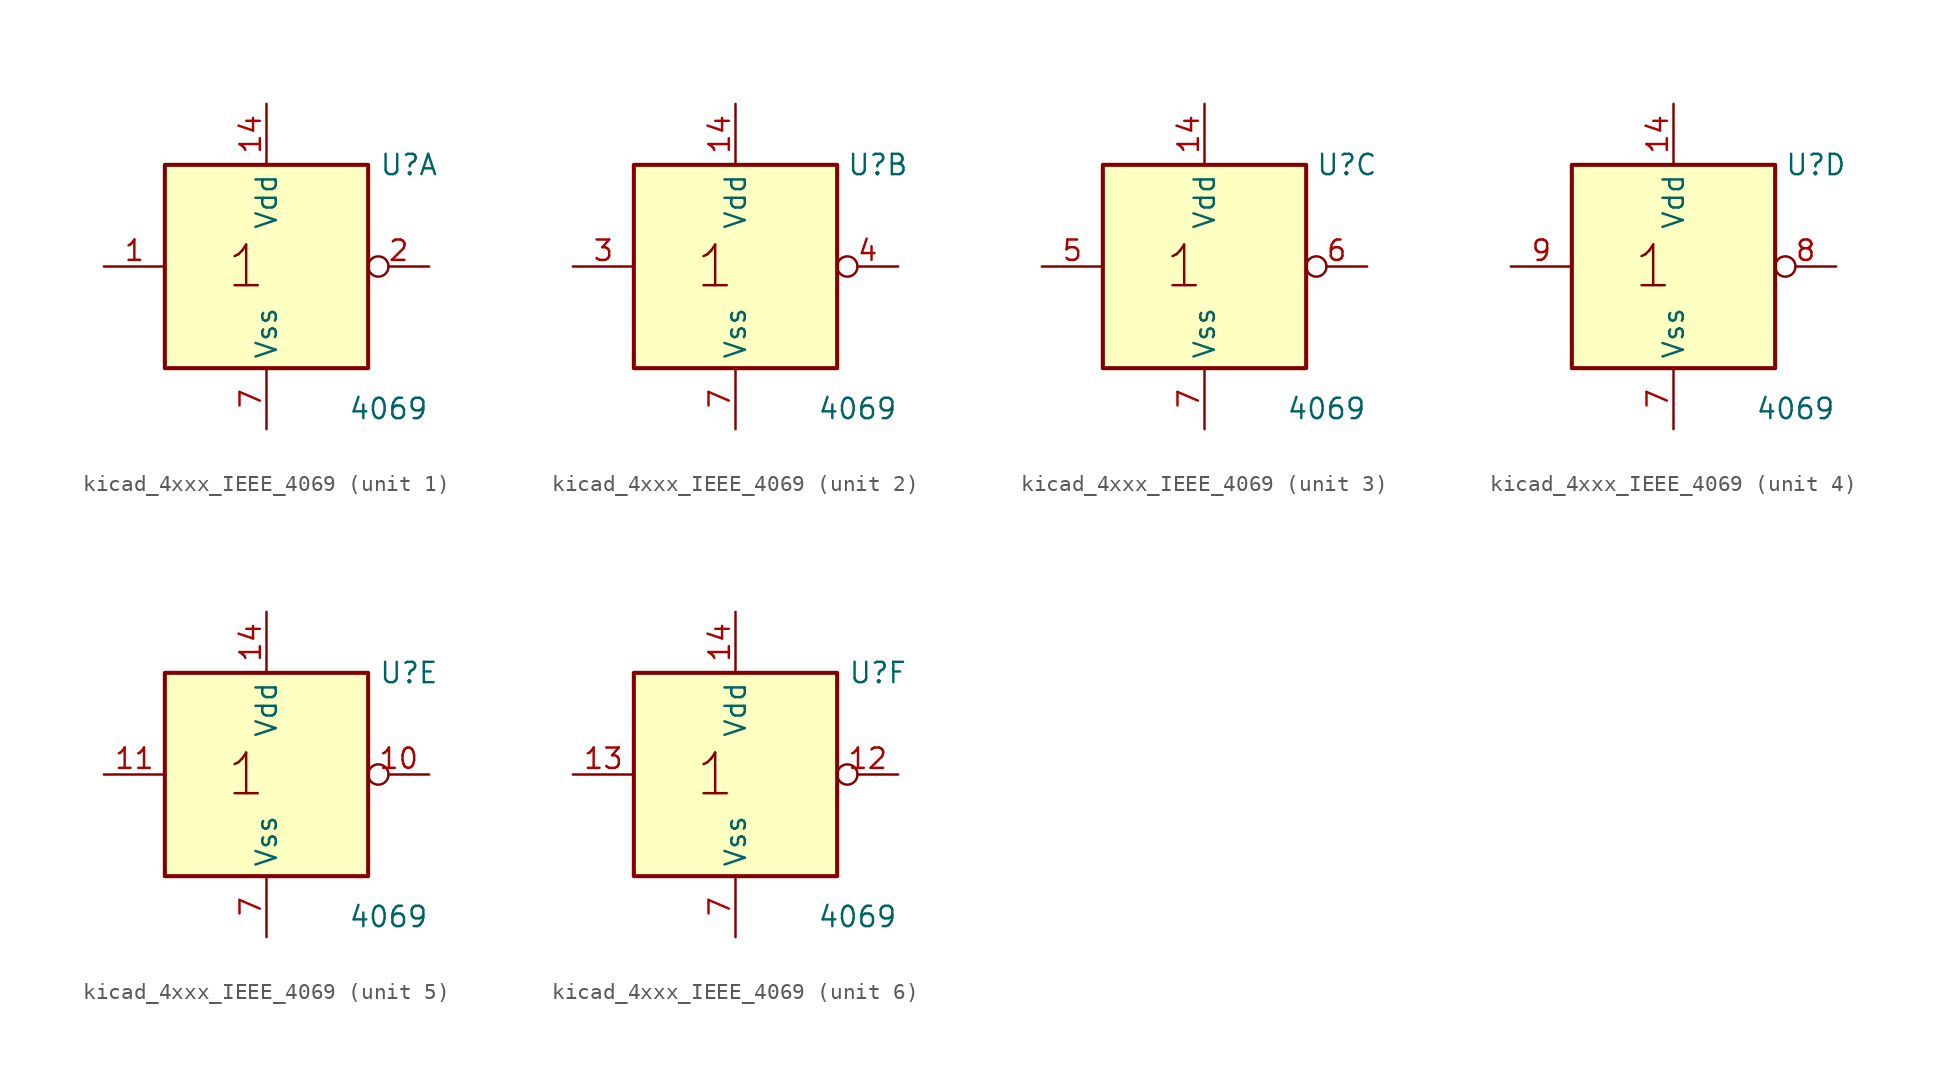
<source format=kicad_sym>
(kicad_symbol_lib
  (version 20220914)
  (generator kicad_symbol_editor)
  (symbol "kicad_4xxx_IEEE_4069"
    (property "Reference" "U"
      (at 8.89 6.35 0)
      (effects (font (size 1.27 1.27))))
    (property "Value" "4069"
      (at 7.62 -8.89 0)
      (effects (font (size 1.27 1.27))))
    (symbol "kicad_4xxx_IEEE_4069_0_0"
      (text "1" (at -1.27 0 0) (effects (font (size 2.54 2.54))))
      (pin power_in line (at 0 10.16 270) (length 3.81) (name "Vdd" (effects (font (size 1.27 1.27)))) (number "14" (effects (font (size 1.27 1.27)))))
      (pin power_in line (at 0 -10.16 90) (length 3.81) (name "Vss" (effects (font (size 1.27 1.27)))) (number "7" (effects (font (size 1.27 1.27))))))
    (symbol "kicad_4xxx_IEEE_4069_0_1"
      (rectangle (start -6.35 6.35) (end 6.35 -6.35) (stroke (width 0.254) (type default)) (fill (type background))))
    (symbol "kicad_4xxx_IEEE_4069_1_1"
      (pin input line (at -10.16 0 0) (length 3.81) (name "~" (effects (font (size 1.27 1.27)))) (number "1" (effects (font (size 1.27 1.27)))))
      (pin output inverted (at 10.16 0 180) (length 3.81) (name "~" (effects (font (size 1.27 1.27)))) (number "2" (effects (font (size 1.27 1.27))))))
    (symbol "kicad_4xxx_IEEE_4069_2_1"
      (pin input line (at -10.16 0 0) (length 3.81) (name "~" (effects (font (size 1.27 1.27)))) (number "3" (effects (font (size 1.27 1.27)))))
      (pin output inverted (at 10.16 0 180) (length 3.81) (name "~" (effects (font (size 1.27 1.27)))) (number "4" (effects (font (size 1.27 1.27))))))
    (symbol "kicad_4xxx_IEEE_4069_3_1"
      (pin input line (at -10.16 0 0) (length 3.81) (name "~" (effects (font (size 1.27 1.27)))) (number "5" (effects (font (size 1.27 1.27)))))
      (pin output inverted (at 10.16 0 180) (length 3.81) (name "~" (effects (font (size 1.27 1.27)))) (number "6" (effects (font (size 1.27 1.27))))))
    (symbol "kicad_4xxx_IEEE_4069_4_1"
      (pin output inverted (at 10.16 0 180) (length 3.81) (name "~" (effects (font (size 1.27 1.27)))) (number "8" (effects (font (size 1.27 1.27)))))
      (pin input line (at -10.16 0 0) (length 3.81) (name "~" (effects (font (size 1.27 1.27)))) (number "9" (effects (font (size 1.27 1.27))))))
    (symbol "kicad_4xxx_IEEE_4069_5_1"
      (pin output inverted (at 10.16 0 180) (length 3.81) (name "~" (effects (font (size 1.27 1.27)))) (number "10" (effects (font (size 1.27 1.27)))))
      (pin input line (at -10.16 0 0) (length 3.81) (name "~" (effects (font (size 1.27 1.27)))) (number "11" (effects (font (size 1.27 1.27))))))
    (symbol "kicad_4xxx_IEEE_4069_6_1"
      (pin output inverted (at 10.16 0 180) (length 3.81) (name "~" (effects (font (size 1.27 1.27)))) (number "12" (effects (font (size 1.27 1.27)))))
      (pin input line (at -10.16 0 0) (length 3.81) (name "~" (effects (font (size 1.27 1.27)))) (number "13" (effects (font (size 1.27 1.27))))))))
</source>
